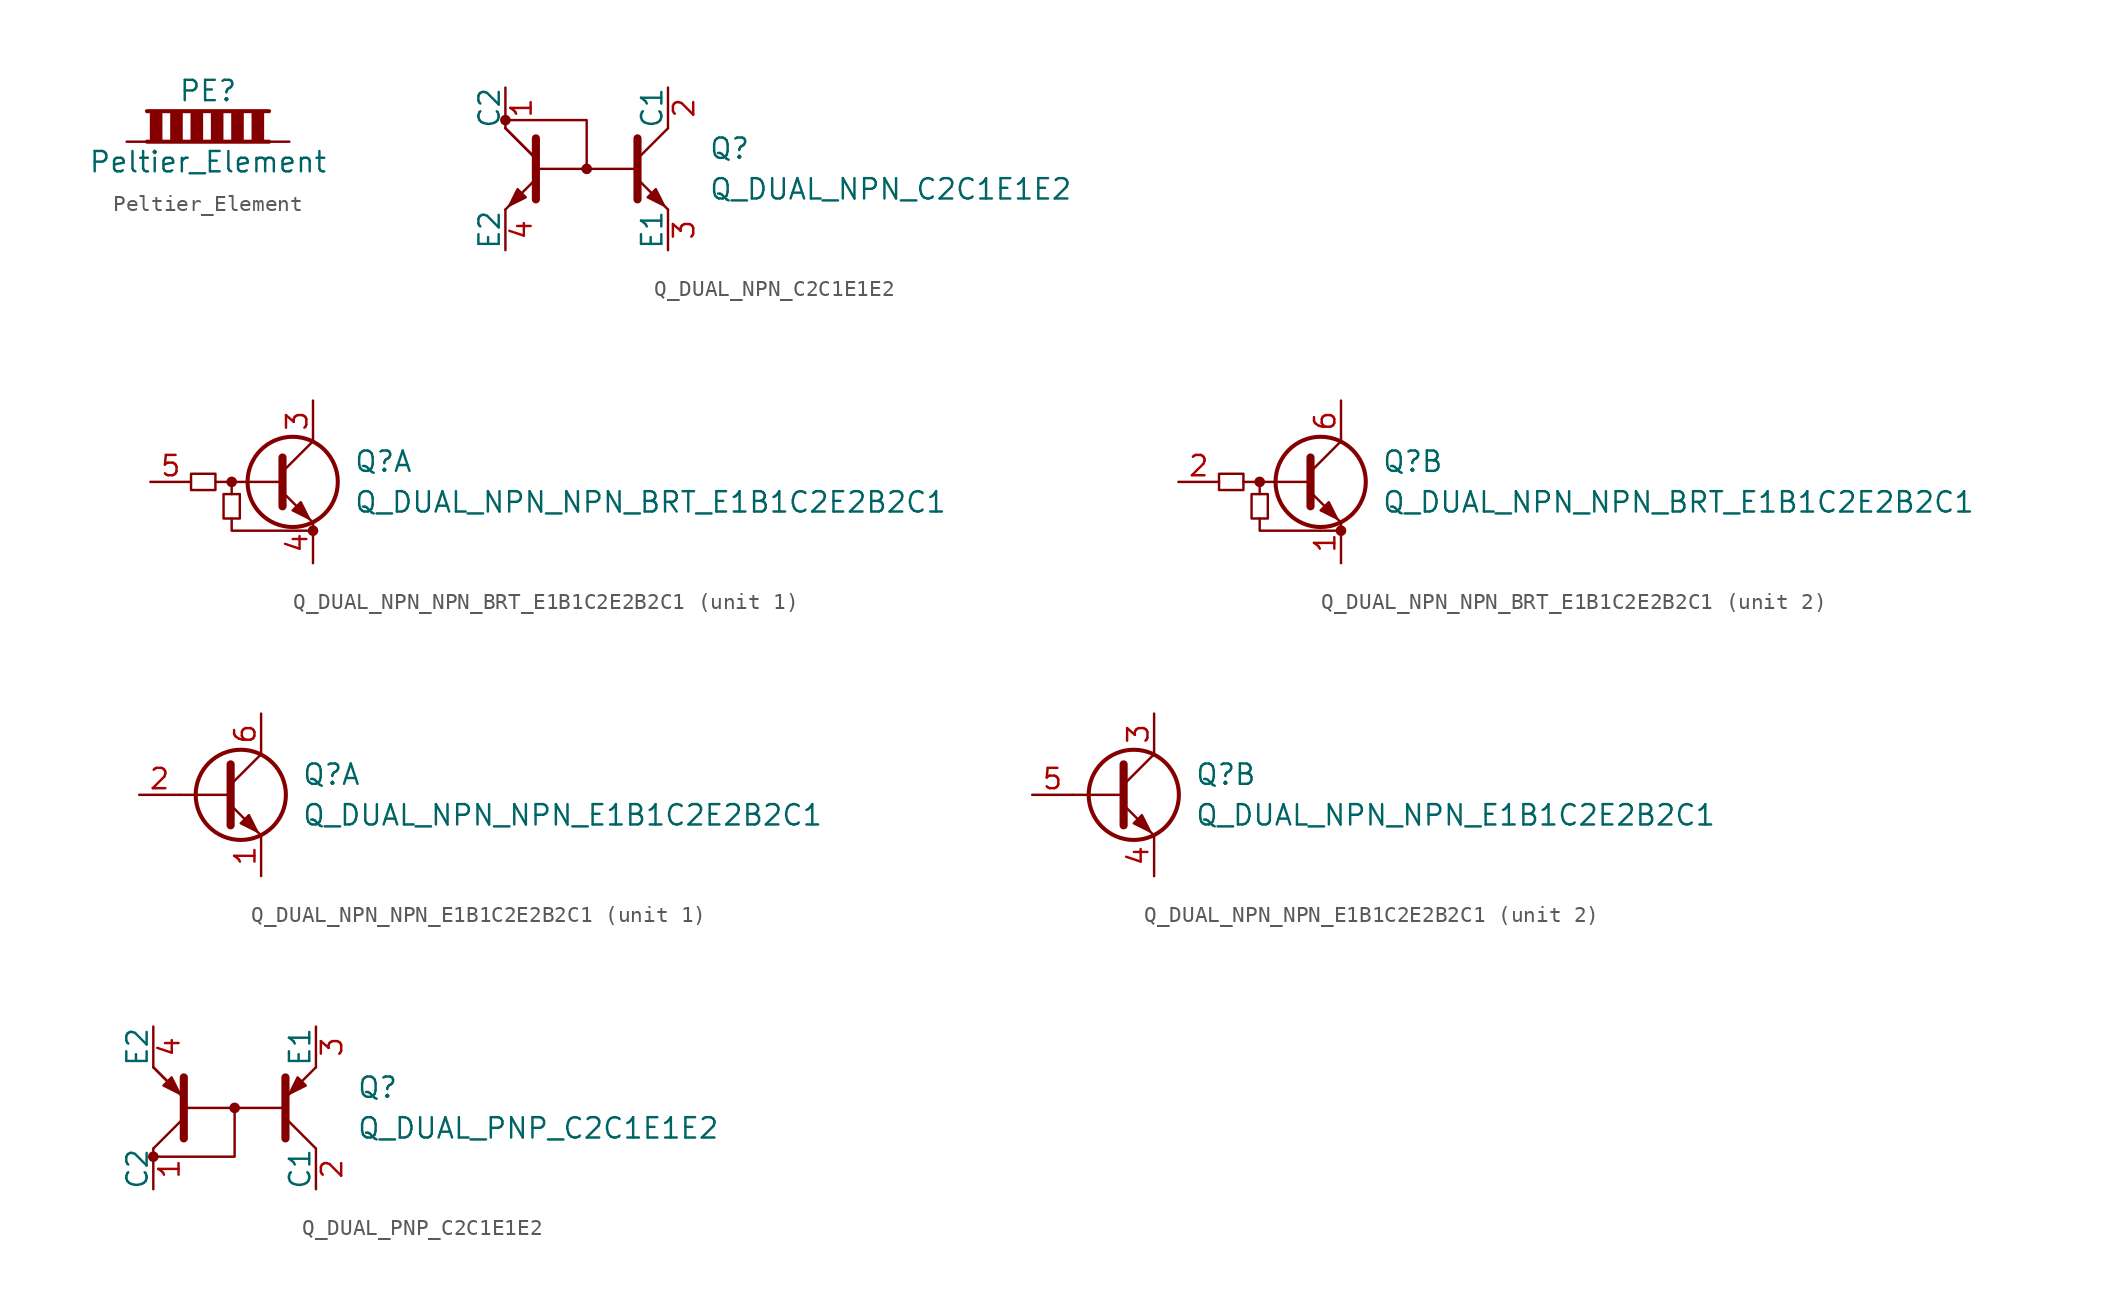
<source format=kicad_sym>
(kicad_symbol_lib
  (version 20211014)
  (generator kicad_symbol_editor)
  (symbol "Peltier_Element"
    (pin_numbers hide)
    (pin_names
      (offset 0))
    (property "Reference" "PE"
      (at 0 3.175 0)
      (effects (font (size 1.27 1.27))))
    (property "Value" "Peltier_Element"
      (at 0 -1.27 0)
      (effects (font (size 1.27 1.27))))
    (symbol "Peltier_Element_0_1"
      (rectangle (start -3.556 1.905) (end -2.921 0) (stroke (width 0) (type default) (color 0 0 0 0)) (fill (type outline)))
      (rectangle (start -2.286 1.905) (end -1.651 0) (stroke (width 0) (type default) (color 0 0 0 0)) (fill (type outline)))
      (rectangle (start -0.381 1.905) (end -1.016 0) (stroke (width 0) (type default) (color 0 0 0 0)) (fill (type outline)))
      (polyline (pts (xy -3.81 0) (xy 3.81 0)) (stroke (width 0.254) (type default) (color 0 0 0 0)) (fill (type outline)))
      (polyline (pts (xy -3.81 1.905) (xy 3.81 1.905)) (stroke (width 0.254) (type default) (color 0 0 0 0)) (fill (type none)))
      (rectangle (start 0.889 1.905) (end 0.254 0) (stroke (width 0) (type default) (color 0 0 0 0)) (fill (type outline)))
      (rectangle (start 1.524 0) (end 2.159 1.905) (stroke (width 0) (type default) (color 0 0 0 0)) (fill (type outline)))
      (rectangle (start 2.794 0) (end 3.429 1.905) (stroke (width 0) (type default) (color 0 0 0 0)) (fill (type outline))))
    (symbol "Peltier_Element_1_1"
      (pin passive line (at -5.08 0 0) (length 1.27) (name "~" (effects (font (size 1.27 1.27)))) (number "1" (effects (font (size 1.27 1.27)))))
      (pin passive line (at 5.08 0 180) (length 1.27) (name "~" (effects (font (size 1.27 1.27)))) (number "2" (effects (font (size 1.27 1.27)))))))
  (symbol "Q_DUAL_NPN_C2C1E1E2"
    (pin_names
      (offset 0))
    (property "Reference" "Q"
      (at 7.62 1.27 0)
      (effects (font (size 1.27 1.27)) (justify left)))
    (property "Value" "Q_DUAL_NPN_C2C1E1E2"
      (at 7.62 -1.27 0)
      (effects (font (size 1.27 1.27)) (justify left)))
    (symbol "Q_DUAL_NPN_C2C1E1E2_0_1"
      (circle (center -5.08 3.048) (radius 0.254) (stroke (width 0) (type default) (color 0 0 0 0)) (fill (type outline)))
      (polyline (pts (xy -5.08 -2.54) (xy -3.175 -0.635)) (stroke (width 0) (type default) (color 0 0 0 0)) (fill (type none)))
      (polyline (pts (xy -5.08 2.54) (xy -3.175 0.635)) (stroke (width 0) (type default) (color 0 0 0 0)) (fill (type none)))
      (polyline (pts (xy -5.08 2.54) (xy -3.175 0.635)) (stroke (width 0) (type default) (color 0 0 0 0)) (fill (type none)))
      (polyline (pts (xy 3.175 0) (xy -3.175 0)) (stroke (width 0) (type default) (color 0 0 0 0)) (fill (type none)))
      (polyline (pts (xy 5.08 -2.54) (xy 3.175 -0.635)) (stroke (width 0) (type default) (color 0 0 0 0)) (fill (type none)))
      (polyline (pts (xy 5.08 2.54) (xy 3.175 0.635)) (stroke (width 0) (type default) (color 0 0 0 0)) (fill (type none)))
      (polyline (pts (xy -3.175 -1.905) (xy -3.175 1.905) (xy -3.175 1.905)) (stroke (width 0.508) (type default) (color 0 0 0 0)) (fill (type outline)))
      (polyline (pts (xy 0 0) (xy 0 3.048) (xy -5.08 3.048)) (stroke (width 0) (type default) (color 0 0 0 0)) (fill (type none)))
      (polyline (pts (xy 3.175 -1.905) (xy 3.175 1.905) (xy 3.175 1.905)) (stroke (width 0.508) (type default) (color 0 0 0 0)) (fill (type outline)))
      (polyline (pts (xy -3.81 -1.778) (xy -4.318 -1.27) (xy -4.826 -2.286) (xy -3.81 -1.778) (xy -3.81 -1.778)) (stroke (width 0) (type default) (color 0 0 0 0)) (fill (type outline)))
      (polyline (pts (xy 3.81 -1.778) (xy 4.318 -1.27) (xy 4.826 -2.286) (xy 3.81 -1.778) (xy 3.81 -1.778)) (stroke (width 0) (type default) (color 0 0 0 0)) (fill (type outline)))
      (circle (center 0 0) (radius 0.254) (stroke (width 0) (type default) (color 0 0 0 0)) (fill (type outline))))
    (symbol "Q_DUAL_NPN_C2C1E1E2_1_1"
      (pin passive line (at -5.08 5.08 270) (length 2.54) (name "C2" (effects (font (size 1.27 1.27)))) (number "1" (effects (font (size 1.27 1.27)))))
      (pin passive line (at 5.08 5.08 270) (length 2.54) (name "C1" (effects (font (size 1.27 1.27)))) (number "2" (effects (font (size 1.27 1.27)))))
      (pin passive line (at 5.08 -5.08 90) (length 2.54) (name "E1" (effects (font (size 1.27 1.27)))) (number "3" (effects (font (size 1.27 1.27)))))
      (pin passive line (at -5.08 -5.08 90) (length 2.54) (name "E2" (effects (font (size 1.27 1.27)))) (number "4" (effects (font (size 1.27 1.27)))))))
  (symbol "Q_DUAL_NPN_NPN_BRT_E1B1C2E2B2C1"
    (pin_names hide)
    (property "Reference" "Q"
      (at 3.81 1.27 0)
      (effects (font (size 1.27 1.27)) (justify left)))
    (property "Value" "Q_DUAL_NPN_NPN_BRT_E1B1C2E2B2C1"
      (at 3.81 -1.27 0)
      (effects (font (size 1.27 1.27)) (justify left)))
    (symbol "Q_DUAL_NPN_NPN_BRT_E1B1C2E2B2C1_0_1"
      (rectangle (start -6.35 0.508) (end -4.826 -0.508) (stroke (width 0) (type default) (color 0 0 0 0)) (fill (type none)))
      (rectangle (start -4.318 -2.286) (end -3.302 -0.762) (stroke (width 0) (type default) (color 0 0 0 0)) (fill (type none)))
      (circle (center -3.81 0) (radius 0.254) (stroke (width 0) (type default) (color 0 0 0 0)) (fill (type outline)))
      (polyline (pts (xy -3.81 -0.762) (xy -3.81 0)) (stroke (width 0) (type default) (color 0 0 0 0)) (fill (type none)))
      (polyline (pts (xy -0.762 0) (xy -4.826 0)) (stroke (width 0) (type default) (color 0 0 0 0)) (fill (type none)))
      (polyline (pts (xy -0.635 1.524) (xy -0.635 -1.524)) (stroke (width 0.508) (type default) (color 0 0 0 0)) (fill (type none)))
      (polyline (pts (xy -3.81 -2.286) (xy -3.81 -3.048) (xy 1.27 -3.048)) (stroke (width 0) (type default) (color 0 0 0 0)) (fill (type none)))
      (circle (center 1.27 -3.048) (radius 0.254) (stroke (width 0) (type default) (color 0 0 0 0)) (fill (type outline))))
    (symbol "Q_DUAL_NPN_NPN_BRT_E1B1C2E2B2C1_1_1"
      (polyline (pts (xy -0.635 0.635) (xy 1.27 2.54)) (stroke (width 0) (type default) (color 0 0 0 0)) (fill (type none)))
      (polyline (pts (xy -0.635 -0.635) (xy 1.27 -2.54) (xy 1.27 -2.54)) (stroke (width 0) (type default) (color 0 0 0 0)) (fill (type none)))
      (polyline (pts (xy 0 -1.778) (xy 0.508 -1.27) (xy 1.016 -2.286) (xy 0 -1.778) (xy 0 -1.778)) (stroke (width 0) (type default) (color 0 0 0 0)) (fill (type outline)))
      (circle (center 0 0) (radius 2.819) (stroke (width 0.254) (type default) (color 0 0 0 0)) (fill (type none)))
      (pin passive line (at 1.27 5.08 270) (length 2.54) (name "C1" (effects (font (size 1.27 1.27)))) (number "3" (effects (font (size 1.27 1.27)))))
      (pin passive line (at 1.27 -5.08 90) (length 2.54) (name "E1" (effects (font (size 1.27 1.27)))) (number "4" (effects (font (size 1.27 1.27)))))
      (pin input line (at -8.89 0 0) (length 2.54) (name "B1" (effects (font (size 1.27 1.27)))) (number "5" (effects (font (size 1.27 1.27))))))
    (symbol "Q_DUAL_NPN_NPN_BRT_E1B1C2E2B2C1_2_1"
      (polyline (pts (xy -0.635 0.635) (xy 1.27 2.54)) (stroke (width 0) (type default) (color 0 0 0 0)) (fill (type none)))
      (polyline (pts (xy -0.635 -0.635) (xy 1.27 -2.54) (xy 1.27 -2.54)) (stroke (width 0) (type default) (color 0 0 0 0)) (fill (type none)))
      (polyline (pts (xy 0 -1.778) (xy 0.508 -1.27) (xy 1.016 -2.286) (xy 0 -1.778) (xy 0 -1.778)) (stroke (width 0) (type default) (color 0 0 0 0)) (fill (type outline)))
      (circle (center 0 0) (radius 2.819) (stroke (width 0.254) (type default) (color 0 0 0 0)) (fill (type none)))
      (pin passive line (at 1.27 -5.08 90) (length 2.54) (name "E1" (effects (font (size 1.27 1.27)))) (number "1" (effects (font (size 1.27 1.27)))))
      (pin input line (at -8.89 0 0) (length 2.54) (name "B1" (effects (font (size 1.27 1.27)))) (number "2" (effects (font (size 1.27 1.27)))))
      (pin passive line (at 1.27 5.08 270) (length 2.54) (name "C1" (effects (font (size 1.27 1.27)))) (number "6" (effects (font (size 1.27 1.27)))))))
  (symbol "Q_DUAL_NPN_NPN_E1B1C2E2B2C1"
    (pin_names
      (offset 0) hide)
    (property "Reference" "Q"
      (at 5.08 1.27 0)
      (effects (font (size 1.27 1.27)) (justify left)))
    (property "Value" "Q_DUAL_NPN_NPN_E1B1C2E2B2C1"
      (at 5.08 -1.27 0)
      (effects (font (size 1.27 1.27)) (justify left)))
    (property "ki_locked" ""
      (at 0 0 0)
      (effects (font (size 1.27 1.27))))
    (symbol "Q_DUAL_NPN_NPN_E1B1C2E2B2C1_0_1"
      (polyline (pts (xy 0.635 0) (xy -2.54 0)) (stroke (width 0) (type default) (color 0 0 0 0)) (fill (type none)))
      (polyline (pts (xy 0.635 0.635) (xy 2.54 2.54)) (stroke (width 0) (type default) (color 0 0 0 0)) (fill (type none)))
      (polyline (pts (xy 0.635 -0.635) (xy 2.54 -2.54) (xy 2.54 -2.54)) (stroke (width 0) (type default) (color 0 0 0 0)) (fill (type none)))
      (polyline (pts (xy 0.635 1.905) (xy 0.635 -1.905) (xy 0.635 -1.905)) (stroke (width 0.508) (type default) (color 0 0 0 0)) (fill (type none)))
      (polyline (pts (xy 1.27 -1.778) (xy 1.778 -1.27) (xy 2.286 -2.286) (xy 1.27 -1.778) (xy 1.27 -1.778)) (stroke (width 0) (type default) (color 0 0 0 0)) (fill (type outline)))
      (circle (center 1.27 0) (radius 2.819) (stroke (width 0.254) (type default) (color 0 0 0 0)) (fill (type none))))
    (symbol "Q_DUAL_NPN_NPN_E1B1C2E2B2C1_1_1"
      (pin passive line (at 2.54 -5.08 90) (length 2.54) (name "E1" (effects (font (size 1.27 1.27)))) (number "1" (effects (font (size 1.27 1.27)))))
      (pin input line (at -5.08 0 0) (length 2.54) (name "B1" (effects (font (size 1.27 1.27)))) (number "2" (effects (font (size 1.27 1.27)))))
      (pin passive line (at 2.54 5.08 270) (length 2.54) (name "C1" (effects (font (size 1.27 1.27)))) (number "6" (effects (font (size 1.27 1.27))))))
    (symbol "Q_DUAL_NPN_NPN_E1B1C2E2B2C1_2_1"
      (pin passive line (at 2.54 5.08 270) (length 2.54) (name "C2" (effects (font (size 1.27 1.27)))) (number "3" (effects (font (size 1.27 1.27)))))
      (pin passive line (at 2.54 -5.08 90) (length 2.54) (name "E2" (effects (font (size 1.27 1.27)))) (number "4" (effects (font (size 1.27 1.27)))))
      (pin input line (at -5.08 0 0) (length 2.54) (name "B2" (effects (font (size 1.27 1.27)))) (number "5" (effects (font (size 1.27 1.27)))))))
  (symbol "Q_DUAL_PNP_C2C1E1E2"
    (pin_names
      (offset 0))
    (property "Reference" "Q"
      (at 7.62 1.27 0)
      (effects (font (size 1.27 1.27)) (justify left)))
    (property "Value" "Q_DUAL_PNP_C2C1E1E2"
      (at 7.62 -1.27 0)
      (effects (font (size 1.27 1.27)) (justify left)))
    (symbol "Q_DUAL_PNP_C2C1E1E2_0_1"
      (circle (center -5.08 -3.048) (radius 0.254) (stroke (width 0) (type default) (color 0 0 0 0)) (fill (type outline)))
      (polyline (pts (xy -5.08 -2.54) (xy -3.175 -0.635)) (stroke (width 0) (type default) (color 0 0 0 0)) (fill (type none)))
      (polyline (pts (xy -5.08 2.54) (xy -3.175 0.635)) (stroke (width 0) (type default) (color 0 0 0 0)) (fill (type none)))
      (polyline (pts (xy -5.08 2.54) (xy -3.175 0.635)) (stroke (width 0) (type default) (color 0 0 0 0)) (fill (type none)))
      (polyline (pts (xy 3.175 0) (xy -3.175 0)) (stroke (width 0) (type default) (color 0 0 0 0)) (fill (type none)))
      (polyline (pts (xy 5.08 -2.54) (xy 3.175 -0.635)) (stroke (width 0) (type default) (color 0 0 0 0)) (fill (type none)))
      (polyline (pts (xy 5.08 2.54) (xy 3.175 0.635)) (stroke (width 0) (type default) (color 0 0 0 0)) (fill (type none)))
      (polyline (pts (xy -3.175 -1.905) (xy -3.175 1.905) (xy -3.175 1.905)) (stroke (width 0.508) (type default) (color 0 0 0 0)) (fill (type outline)))
      (polyline (pts (xy 0 0) (xy 0 -3.048) (xy -5.08 -3.048)) (stroke (width 0) (type default) (color 0 0 0 0)) (fill (type none)))
      (polyline (pts (xy 3.175 -1.905) (xy 3.175 1.905) (xy 3.175 1.905)) (stroke (width 0.508) (type default) (color 0 0 0 0)) (fill (type outline)))
      (polyline (pts (xy -3.937 1.905) (xy -4.445 1.397) (xy -3.429 0.889) (xy -3.937 1.905) (xy -3.937 1.905)) (stroke (width 0) (type default) (color 0 0 0 0)) (fill (type outline)))
      (polyline (pts (xy 3.937 1.905) (xy 4.445 1.397) (xy 3.429 0.889) (xy 3.937 1.905) (xy 3.937 1.905)) (stroke (width 0) (type default) (color 0 0 0 0)) (fill (type outline)))
      (circle (center 0 0) (radius 0.254) (stroke (width 0) (type default) (color 0 0 0 0)) (fill (type outline))))
    (symbol "Q_DUAL_PNP_C2C1E1E2_1_1"
      (pin passive line (at -5.08 -5.08 90) (length 2.54) (name "C2" (effects (font (size 1.27 1.27)))) (number "1" (effects (font (size 1.27 1.27)))))
      (pin passive line (at 5.08 -5.08 90) (length 2.54) (name "C1" (effects (font (size 1.27 1.27)))) (number "2" (effects (font (size 1.27 1.27)))))
      (pin passive line (at 5.08 5.08 270) (length 2.54) (name "E1" (effects (font (size 1.27 1.27)))) (number "3" (effects (font (size 1.27 1.27)))))
      (pin passive line (at -5.08 5.08 270) (length 2.54) (name "E2" (effects (font (size 1.27 1.27)))) (number "4" (effects (font (size 1.27 1.27))))))))
</source>
